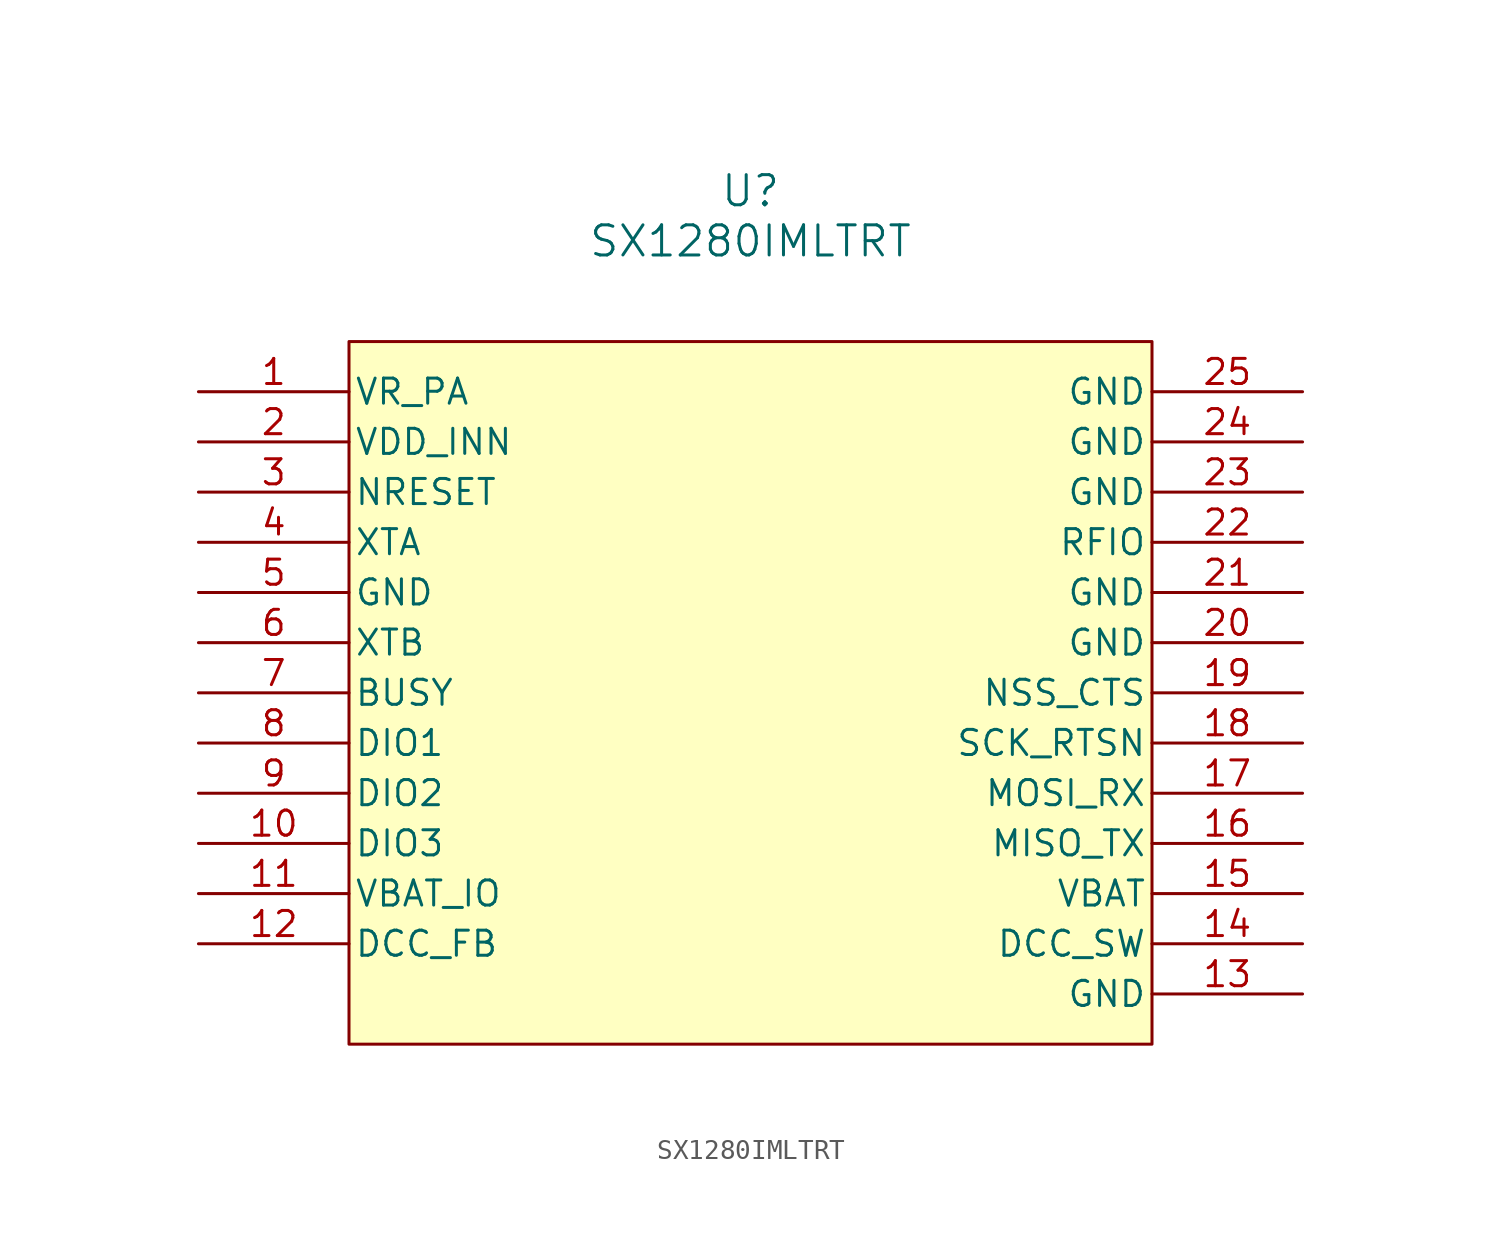
<source format=kicad_sym>
(kicad_symbol_lib
  (version 20220914)
  (generator kicad_symbol_editor)
  (symbol "SX1280IMLTRT"
    (pin_names
      (offset 0.254))
    (property "Reference" "U"
      (at 0 24.13 0)
      (effects (font (size 1.524 1.524))))
    (property "Value" "SX1280IMLTRT"
      (at 0 21.59 0)
      (effects (font (size 1.524 1.524))))
    (symbol "SX1280IMLTRT_0_1"
      (pin power_in line (at -27.94 13.97 0) (length 7.62) (name "VR_PA" (effects (font (size 1.27 1.27)))) (number "1" (effects (font (size 1.27 1.27)))))
      (pin bidirectional line (at -27.94 -8.89 0) (length 7.62) (name "DIO3" (effects (font (size 1.27 1.27)))) (number "10" (effects (font (size 1.27 1.27)))))
      (pin power_in line (at -27.94 -11.43 0) (length 7.62) (name "VBAT_IO" (effects (font (size 1.27 1.27)))) (number "11" (effects (font (size 1.27 1.27)))))
      (pin output line (at -27.94 -13.97 0) (length 7.62) (name "DCC_FB" (effects (font (size 1.27 1.27)))) (number "12" (effects (font (size 1.27 1.27)))))
      (pin power_out line (at 27.94 -16.51 180) (length 7.62) (name "GND" (effects (font (size 1.27 1.27)))) (number "13" (effects (font (size 1.27 1.27)))))
      (pin output line (at 27.94 -13.97 180) (length 7.62) (name "DCC_SW" (effects (font (size 1.27 1.27)))) (number "14" (effects (font (size 1.27 1.27)))))
      (pin power_in line (at 27.94 -11.43 180) (length 7.62) (name "VBAT" (effects (font (size 1.27 1.27)))) (number "15" (effects (font (size 1.27 1.27)))))
      (pin output line (at 27.94 -8.89 180) (length 7.62) (name "MISO_TX" (effects (font (size 1.27 1.27)))) (number "16" (effects (font (size 1.27 1.27)))))
      (pin input line (at 27.94 -6.35 180) (length 7.62) (name "MOSI_RX" (effects (font (size 1.27 1.27)))) (number "17" (effects (font (size 1.27 1.27)))))
      (pin input line (at 27.94 -3.81 180) (length 7.62) (name "SCK_RTSN" (effects (font (size 1.27 1.27)))) (number "18" (effects (font (size 1.27 1.27)))))
      (pin input line (at 27.94 -1.27 180) (length 7.62) (name "NSS_CTS" (effects (font (size 1.27 1.27)))) (number "19" (effects (font (size 1.27 1.27)))))
      (pin power_in line (at -27.94 11.43 0) (length 7.62) (name "VDD_INN" (effects (font (size 1.27 1.27)))) (number "2" (effects (font (size 1.27 1.27)))))
      (pin power_out line (at 27.94 1.27 180) (length 7.62) (name "GND" (effects (font (size 1.27 1.27)))) (number "20" (effects (font (size 1.27 1.27)))))
      (pin power_out line (at 27.94 3.81 180) (length 7.62) (name "GND" (effects (font (size 1.27 1.27)))) (number "21" (effects (font (size 1.27 1.27)))))
      (pin bidirectional line (at 27.94 6.35 180) (length 7.62) (name "RFIO" (effects (font (size 1.27 1.27)))) (number "22" (effects (font (size 1.27 1.27)))))
      (pin power_out line (at 27.94 8.89 180) (length 7.62) (name "GND" (effects (font (size 1.27 1.27)))) (number "23" (effects (font (size 1.27 1.27)))))
      (pin power_out line (at 27.94 11.43 180) (length 7.62) (name "GND" (effects (font (size 1.27 1.27)))) (number "24" (effects (font (size 1.27 1.27)))))
      (pin power_out line (at 27.94 13.97 180) (length 7.62) (name "GND" (effects (font (size 1.27 1.27)))) (number "25" (effects (font (size 1.27 1.27)))))
      (pin input line (at -27.94 8.89 0) (length 7.62) (name "NRESET" (effects (font (size 1.27 1.27)))) (number "3" (effects (font (size 1.27 1.27)))))
      (pin bidirectional line (at -27.94 6.35 0) (length 7.62) (name "XTA" (effects (font (size 1.27 1.27)))) (number "4" (effects (font (size 1.27 1.27)))))
      (pin power_out line (at -27.94 3.81 0) (length 7.62) (name "GND" (effects (font (size 1.27 1.27)))) (number "5" (effects (font (size 1.27 1.27)))))
      (pin bidirectional line (at -27.94 1.27 0) (length 7.62) (name "XTB" (effects (font (size 1.27 1.27)))) (number "6" (effects (font (size 1.27 1.27)))))
      (pin output line (at -27.94 -1.27 0) (length 7.62) (name "BUSY" (effects (font (size 1.27 1.27)))) (number "7" (effects (font (size 1.27 1.27)))))
      (pin bidirectional line (at -27.94 -3.81 0) (length 7.62) (name "DIO1" (effects (font (size 1.27 1.27)))) (number "8" (effects (font (size 1.27 1.27)))))
      (pin bidirectional line (at -27.94 -6.35 0) (length 7.62) (name "DIO2" (effects (font (size 1.27 1.27)))) (number "9" (effects (font (size 1.27 1.27))))))
    (symbol "SX1280IMLTRT_1_1"
      (rectangle (start -20.32 16.51) (end 20.32 -19.05) (stroke (width 0) (type default)) (fill (type background))))))
</source>
